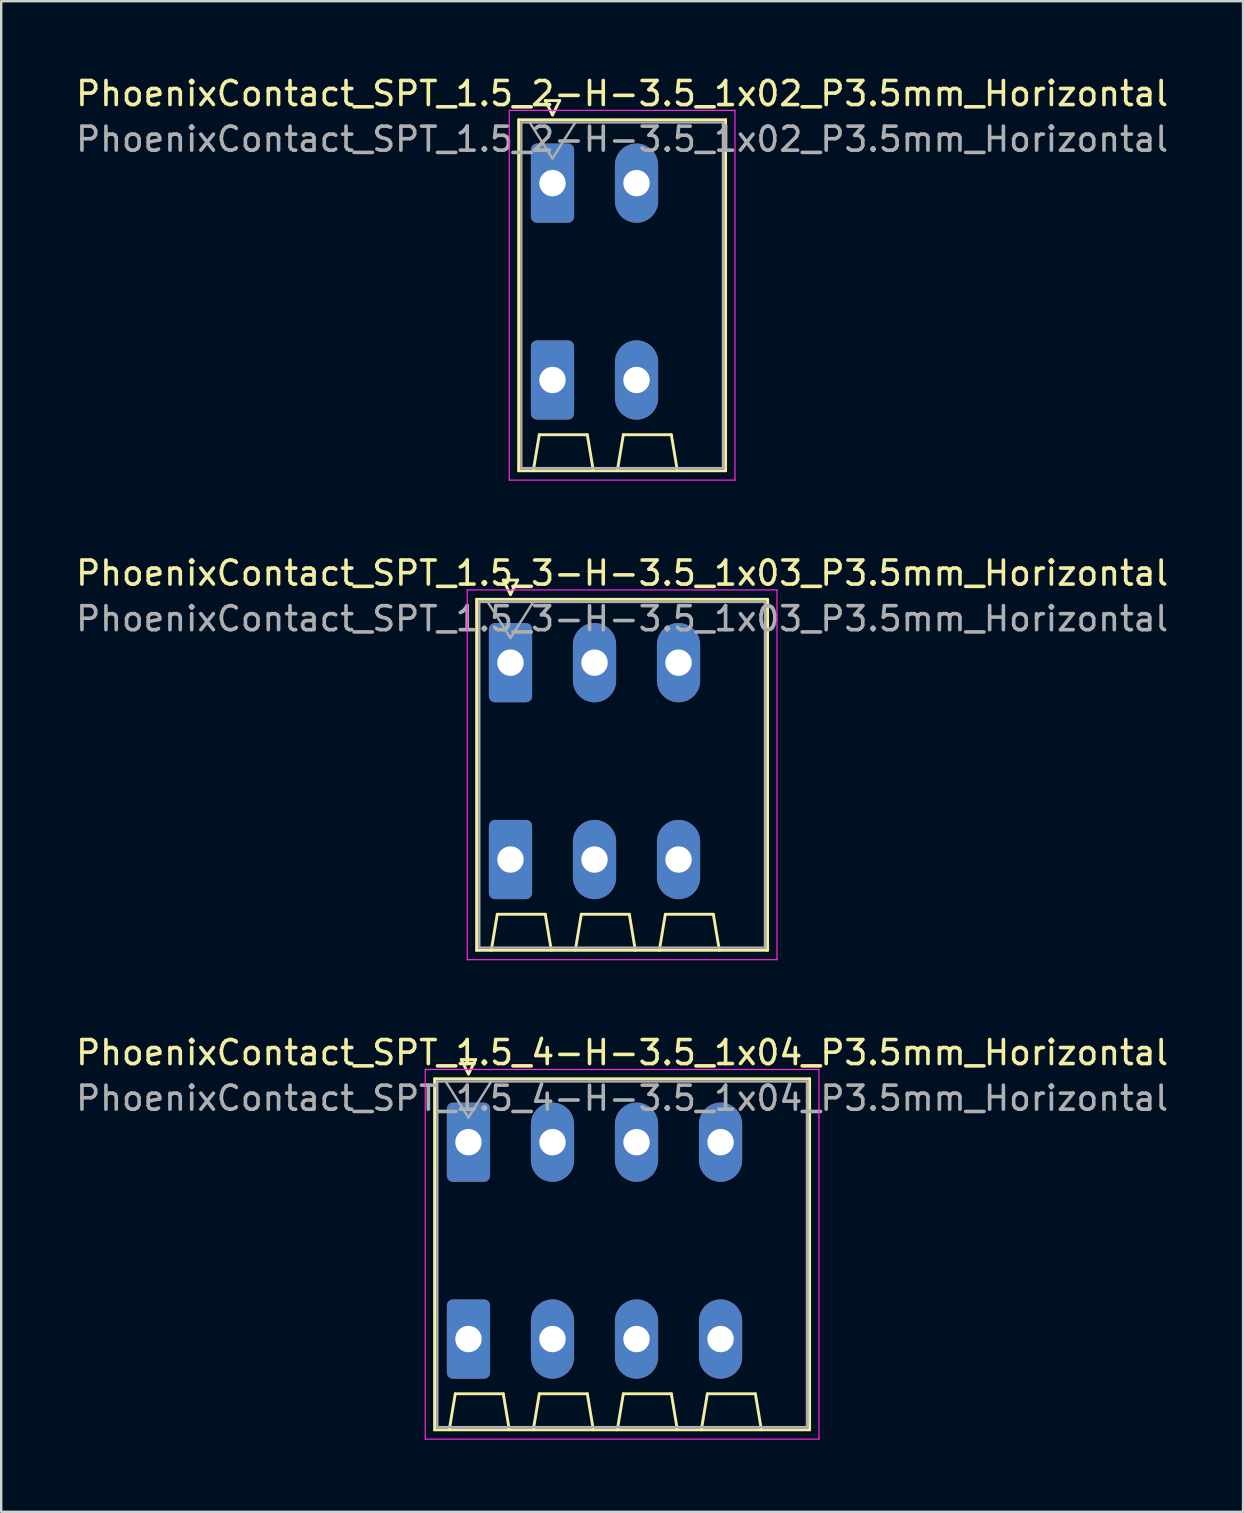
<source format=kicad_pcb>
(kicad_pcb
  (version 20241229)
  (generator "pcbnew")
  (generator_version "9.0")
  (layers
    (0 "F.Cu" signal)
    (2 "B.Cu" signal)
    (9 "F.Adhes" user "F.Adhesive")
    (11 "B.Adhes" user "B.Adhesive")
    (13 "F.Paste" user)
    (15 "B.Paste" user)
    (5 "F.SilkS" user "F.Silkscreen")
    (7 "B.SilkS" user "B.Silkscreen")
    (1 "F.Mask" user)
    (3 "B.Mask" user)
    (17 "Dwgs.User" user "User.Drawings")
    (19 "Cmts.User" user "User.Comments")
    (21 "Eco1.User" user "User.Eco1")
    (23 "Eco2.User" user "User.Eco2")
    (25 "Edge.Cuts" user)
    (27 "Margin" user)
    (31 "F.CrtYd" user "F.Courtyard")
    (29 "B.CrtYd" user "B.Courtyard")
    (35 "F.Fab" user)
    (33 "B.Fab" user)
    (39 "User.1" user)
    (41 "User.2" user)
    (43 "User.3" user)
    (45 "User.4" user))
  (footprint "PhoenixContact_SPT_1.5_2-H-3.5_1x02_P3.5mm_Horizontal"
    (layer "F.Cu")
    (at 19.963 4.578)
    (property "Reference" "PhoenixContact_SPT_1.5_2-H-3.5_1x02_P3.5mm_Horizontal" (at 2.9 -3.73 0) (layer "F.SilkS") (effects (font (size 1 1) (thickness 0.15))))
    (attr through_hole)
    (fp_line (start -1.41 -2.64) (end 7.21 -2.64) (stroke (width 0.12) (type solid)) (layer "F.SilkS"))
    (fp_line (start -1.41 11.98) (end -1.41 -2.64) (stroke (width 0.12) (type solid)) (layer "F.SilkS"))
    (fp_line (start -0.8 11.98) (end -0.55 10.48) (stroke (width 0.12) (type solid)) (layer "F.SilkS"))
    (fp_line (start -0.55 10.48) (end 1.45 10.48) (stroke (width 0.12) (type solid)) (layer "F.SilkS"))
    (fp_line (start -0.3 -3.44) (end 0 -2.84) (stroke (width 0.12) (type solid)) (layer "F.SilkS"))
    (fp_line (start -0.3 -3.44) (end 0.3 -3.44) (stroke (width 0.12) (type solid)) (layer "F.SilkS"))
    (fp_line (start 0.3 -3.44) (end 0 -2.84) (stroke (width 0.12) (type solid)) (layer "F.SilkS"))
    (fp_line (start 1.7 11.98) (end 1.45 10.48) (stroke (width 0.12) (type solid)) (layer "F.SilkS"))
    (fp_line (start 2.7 11.98) (end 2.95 10.48) (stroke (width 0.12) (type solid)) (layer "F.SilkS"))
    (fp_line (start 2.95 10.48) (end 4.95 10.48) (stroke (width 0.12) (type solid)) (layer "F.SilkS"))
    (fp_line (start 5.2 11.98) (end 4.95 10.48) (stroke (width 0.12) (type solid)) (layer "F.SilkS"))
    (fp_line (start 7.21 -2.64) (end 7.21 11.98) (stroke (width 0.12) (type solid)) (layer "F.SilkS"))
    (fp_line (start 7.21 11.98) (end -1.41 11.98) (stroke (width 0.12) (type solid)) (layer "F.SilkS"))
    (fp_line (start -1.8 -3.03) (end -1.8 12.37) (stroke (width 0.05) (type solid)) (layer "F.CrtYd"))
    (fp_line (start -1.8 12.37) (end 7.6 12.37) (stroke (width 0.05) (type solid)) (layer "F.CrtYd"))
    (fp_line (start 7.6 -3.03) (end -1.8 -3.03) (stroke (width 0.05) (type solid)) (layer "F.CrtYd"))
    (fp_line (start 7.6 12.37) (end 7.6 -3.03) (stroke (width 0.05) (type solid)) (layer "F.CrtYd"))
    (fp_line (start -1.3 -2.53) (end -1.3 11.87) (stroke (width 0.1) (type solid)) (layer "F.Fab"))
    (fp_line (start -1.3 11.87) (end 7.1 11.87) (stroke (width 0.1) (type solid)) (layer "F.Fab"))
    (fp_line (start -0.95 -2.53) (end 0 -1.03) (stroke (width 0.1) (type solid)) (layer "F.Fab"))
    (fp_line (start 0.95 -2.53) (end 0 -1.03) (stroke (width 0.1) (type solid)) (layer "F.Fab"))
    (fp_line (start 7.1 -2.53) (end -1.3 -2.53) (stroke (width 0.1) (type solid)) (layer "F.Fab"))
    (fp_line (start 7.1 11.87) (end 7.1 -2.53) (stroke (width 0.1) (type solid)) (layer "F.Fab"))
    (fp_text user "${REFERENCE}" (at 2.9 -1.83 0) (layer "F.Fab") (effects (font (size 1 1) (thickness 0.15))))
    (pad "1" thru_hole roundrect (at 0 0) (size 1.8 3.3) (drill 1.1) (layers "*.Cu" "*.Mask") (roundrect_rratio 0.139))
    (pad "1" thru_hole roundrect (at 0 8.2) (size 1.8 3.3) (drill 1.1) (layers "*.Cu" "*.Mask") (roundrect_rratio 0.139))
    (pad "2" thru_hole oval (at 3.5 0) (size 1.8 3.3) (drill 1.1) (layers "*.Cu" "*.Mask"))
    (pad "2" thru_hole oval (at 3.5 8.2) (size 1.8 3.3) (drill 1.1) (layers "*.Cu" "*.Mask")))
  (footprint "PhoenixContact_SPT_1.5_3-H-3.5_1x03_P3.5mm_Horizontal"
    (layer "F.Cu")
    (at 18.213 24.552)
    (property "Reference" "PhoenixContact_SPT_1.5_3-H-3.5_1x03_P3.5mm_Horizontal" (at 4.65 -3.73 0) (layer "F.SilkS") (effects (font (size 1 1) (thickness 0.15))))
    (attr through_hole)
    (fp_line (start -1.41 -2.64) (end 10.71 -2.64) (stroke (width 0.12) (type solid)) (layer "F.SilkS"))
    (fp_line (start -1.41 11.98) (end -1.41 -2.64) (stroke (width 0.12) (type solid)) (layer "F.SilkS"))
    (fp_line (start -0.8 11.98) (end -0.55 10.48) (stroke (width 0.12) (type solid)) (layer "F.SilkS"))
    (fp_line (start -0.55 10.48) (end 1.45 10.48) (stroke (width 0.12) (type solid)) (layer "F.SilkS"))
    (fp_line (start -0.3 -3.44) (end 0 -2.84) (stroke (width 0.12) (type solid)) (layer "F.SilkS"))
    (fp_line (start -0.3 -3.44) (end 0.3 -3.44) (stroke (width 0.12) (type solid)) (layer "F.SilkS"))
    (fp_line (start 0.3 -3.44) (end 0 -2.84) (stroke (width 0.12) (type solid)) (layer "F.SilkS"))
    (fp_line (start 1.7 11.98) (end 1.45 10.48) (stroke (width 0.12) (type solid)) (layer "F.SilkS"))
    (fp_line (start 2.7 11.98) (end 2.95 10.48) (stroke (width 0.12) (type solid)) (layer "F.SilkS"))
    (fp_line (start 2.95 10.48) (end 4.95 10.48) (stroke (width 0.12) (type solid)) (layer "F.SilkS"))
    (fp_line (start 5.2 11.98) (end 4.95 10.48) (stroke (width 0.12) (type solid)) (layer "F.SilkS"))
    (fp_line (start 6.2 11.98) (end 6.45 10.48) (stroke (width 0.12) (type solid)) (layer "F.SilkS"))
    (fp_line (start 6.45 10.48) (end 8.45 10.48) (stroke (width 0.12) (type solid)) (layer "F.SilkS"))
    (fp_line (start 8.7 11.98) (end 8.45 10.48) (stroke (width 0.12) (type solid)) (layer "F.SilkS"))
    (fp_line (start 10.71 -2.64) (end 10.71 11.98) (stroke (width 0.12) (type solid)) (layer "F.SilkS"))
    (fp_line (start 10.71 11.98) (end -1.41 11.98) (stroke (width 0.12) (type solid)) (layer "F.SilkS"))
    (fp_line (start -1.8 -3.03) (end -1.8 12.37) (stroke (width 0.05) (type solid)) (layer "F.CrtYd"))
    (fp_line (start -1.8 12.37) (end 11.1 12.37) (stroke (width 0.05) (type solid)) (layer "F.CrtYd"))
    (fp_line (start 11.1 -3.03) (end -1.8 -3.03) (stroke (width 0.05) (type solid)) (layer "F.CrtYd"))
    (fp_line (start 11.1 12.37) (end 11.1 -3.03) (stroke (width 0.05) (type solid)) (layer "F.CrtYd"))
    (fp_line (start -1.3 -2.53) (end -1.3 11.87) (stroke (width 0.1) (type solid)) (layer "F.Fab"))
    (fp_line (start -1.3 11.87) (end 10.6 11.87) (stroke (width 0.1) (type solid)) (layer "F.Fab"))
    (fp_line (start -0.95 -2.53) (end 0 -1.03) (stroke (width 0.1) (type solid)) (layer "F.Fab"))
    (fp_line (start 0.95 -2.53) (end 0 -1.03) (stroke (width 0.1) (type solid)) (layer "F.Fab"))
    (fp_line (start 10.6 -2.53) (end -1.3 -2.53) (stroke (width 0.1) (type solid)) (layer "F.Fab"))
    (fp_line (start 10.6 11.87) (end 10.6 -2.53) (stroke (width 0.1) (type solid)) (layer "F.Fab"))
    (fp_text user "${REFERENCE}" (at 4.65 -1.83 0) (layer "F.Fab") (effects (font (size 1 1) (thickness 0.15))))
    (pad "1" thru_hole roundrect (at 0 0) (size 1.8 3.3) (drill 1.1) (layers "*.Cu" "*.Mask") (roundrect_rratio 0.139))
    (pad "1" thru_hole roundrect (at 0 8.2) (size 1.8 3.3) (drill 1.1) (layers "*.Cu" "*.Mask") (roundrect_rratio 0.139))
    (pad "2" thru_hole oval (at 3.5 0) (size 1.8 3.3) (drill 1.1) (layers "*.Cu" "*.Mask"))
    (pad "2" thru_hole oval (at 3.5 8.2) (size 1.8 3.3) (drill 1.1) (layers "*.Cu" "*.Mask"))
    (pad "3" thru_hole oval (at 7 0) (size 1.8 3.3) (drill 1.1) (layers "*.Cu" "*.Mask"))
    (pad "3" thru_hole oval (at 7 8.2) (size 1.8 3.3) (drill 1.1) (layers "*.Cu" "*.Mask")))
  (footprint "PhoenixContact_SPT_1.5_4-H-3.5_1x04_P3.5mm_Horizontal"
    (layer "F.Cu")
    (at 16.463 44.525)
    (property "Reference" "PhoenixContact_SPT_1.5_4-H-3.5_1x04_P3.5mm_Horizontal" (at 6.4 -3.73 0) (layer "F.SilkS") (effects (font (size 1 1) (thickness 0.15))))
    (attr through_hole)
    (fp_line (start -1.41 -2.64) (end 14.21 -2.64) (stroke (width 0.12) (type solid)) (layer "F.SilkS"))
    (fp_line (start -1.41 11.98) (end -1.41 -2.64) (stroke (width 0.12) (type solid)) (layer "F.SilkS"))
    (fp_line (start -0.8 11.98) (end -0.55 10.48) (stroke (width 0.12) (type solid)) (layer "F.SilkS"))
    (fp_line (start -0.55 10.48) (end 1.45 10.48) (stroke (width 0.12) (type solid)) (layer "F.SilkS"))
    (fp_line (start -0.3 -3.44) (end 0 -2.84) (stroke (width 0.12) (type solid)) (layer "F.SilkS"))
    (fp_line (start -0.3 -3.44) (end 0.3 -3.44) (stroke (width 0.12) (type solid)) (layer "F.SilkS"))
    (fp_line (start 0.3 -3.44) (end 0 -2.84) (stroke (width 0.12) (type solid)) (layer "F.SilkS"))
    (fp_line (start 1.7 11.98) (end 1.45 10.48) (stroke (width 0.12) (type solid)) (layer "F.SilkS"))
    (fp_line (start 2.7 11.98) (end 2.95 10.48) (stroke (width 0.12) (type solid)) (layer "F.SilkS"))
    (fp_line (start 2.95 10.48) (end 4.95 10.48) (stroke (width 0.12) (type solid)) (layer "F.SilkS"))
    (fp_line (start 5.2 11.98) (end 4.95 10.48) (stroke (width 0.12) (type solid)) (layer "F.SilkS"))
    (fp_line (start 6.2 11.98) (end 6.45 10.48) (stroke (width 0.12) (type solid)) (layer "F.SilkS"))
    (fp_line (start 6.45 10.48) (end 8.45 10.48) (stroke (width 0.12) (type solid)) (layer "F.SilkS"))
    (fp_line (start 8.7 11.98) (end 8.45 10.48) (stroke (width 0.12) (type solid)) (layer "F.SilkS"))
    (fp_line (start 9.7 11.98) (end 9.95 10.48) (stroke (width 0.12) (type solid)) (layer "F.SilkS"))
    (fp_line (start 9.95 10.48) (end 11.95 10.48) (stroke (width 0.12) (type solid)) (layer "F.SilkS"))
    (fp_line (start 12.2 11.98) (end 11.95 10.48) (stroke (width 0.12) (type solid)) (layer "F.SilkS"))
    (fp_line (start 14.21 -2.64) (end 14.21 11.98) (stroke (width 0.12) (type solid)) (layer "F.SilkS"))
    (fp_line (start 14.21 11.98) (end -1.41 11.98) (stroke (width 0.12) (type solid)) (layer "F.SilkS"))
    (fp_line (start -1.8 -3.03) (end -1.8 12.37) (stroke (width 0.05) (type solid)) (layer "F.CrtYd"))
    (fp_line (start -1.8 12.37) (end 14.6 12.37) (stroke (width 0.05) (type solid)) (layer "F.CrtYd"))
    (fp_line (start 14.6 -3.03) (end -1.8 -3.03) (stroke (width 0.05) (type solid)) (layer "F.CrtYd"))
    (fp_line (start 14.6 12.37) (end 14.6 -3.03) (stroke (width 0.05) (type solid)) (layer "F.CrtYd"))
    (fp_line (start -1.3 -2.53) (end -1.3 11.87) (stroke (width 0.1) (type solid)) (layer "F.Fab"))
    (fp_line (start -1.3 11.87) (end 14.1 11.87) (stroke (width 0.1) (type solid)) (layer "F.Fab"))
    (fp_line (start -0.95 -2.53) (end 0 -1.03) (stroke (width 0.1) (type solid)) (layer "F.Fab"))
    (fp_line (start 0.95 -2.53) (end 0 -1.03) (stroke (width 0.1) (type solid)) (layer "F.Fab"))
    (fp_line (start 14.1 -2.53) (end -1.3 -2.53) (stroke (width 0.1) (type solid)) (layer "F.Fab"))
    (fp_line (start 14.1 11.87) (end 14.1 -2.53) (stroke (width 0.1) (type solid)) (layer "F.Fab"))
    (fp_text user "${REFERENCE}" (at 6.4 -1.83 0) (layer "F.Fab") (effects (font (size 1 1) (thickness 0.15))))
    (pad "1" thru_hole roundrect (at 0 0) (size 1.8 3.3) (drill 1.1) (layers "*.Cu" "*.Mask") (roundrect_rratio 0.139))
    (pad "1" thru_hole roundrect (at 0 8.2) (size 1.8 3.3) (drill 1.1) (layers "*.Cu" "*.Mask") (roundrect_rratio 0.139))
    (pad "2" thru_hole oval (at 3.5 0) (size 1.8 3.3) (drill 1.1) (layers "*.Cu" "*.Mask"))
    (pad "2" thru_hole oval (at 3.5 8.2) (size 1.8 3.3) (drill 1.1) (layers "*.Cu" "*.Mask"))
    (pad "3" thru_hole oval (at 7 0) (size 1.8 3.3) (drill 1.1) (layers "*.Cu" "*.Mask"))
    (pad "3" thru_hole oval (at 7 8.2) (size 1.8 3.3) (drill 1.1) (layers "*.Cu" "*.Mask"))
    (pad "4" thru_hole oval (at 10.5 0) (size 1.8 3.3) (drill 1.1) (layers "*.Cu" "*.Mask"))
    (pad "4" thru_hole oval (at 10.5 8.2) (size 1.8 3.3) (drill 1.1) (layers "*.Cu" "*.Mask")))
  (gr_rect
    (start -3 -3)
    (end 48.726 59.92)
    (stroke (width 0.1) (type default))
    (fill no)
    (layer "Edge.Cuts")))
</source>
